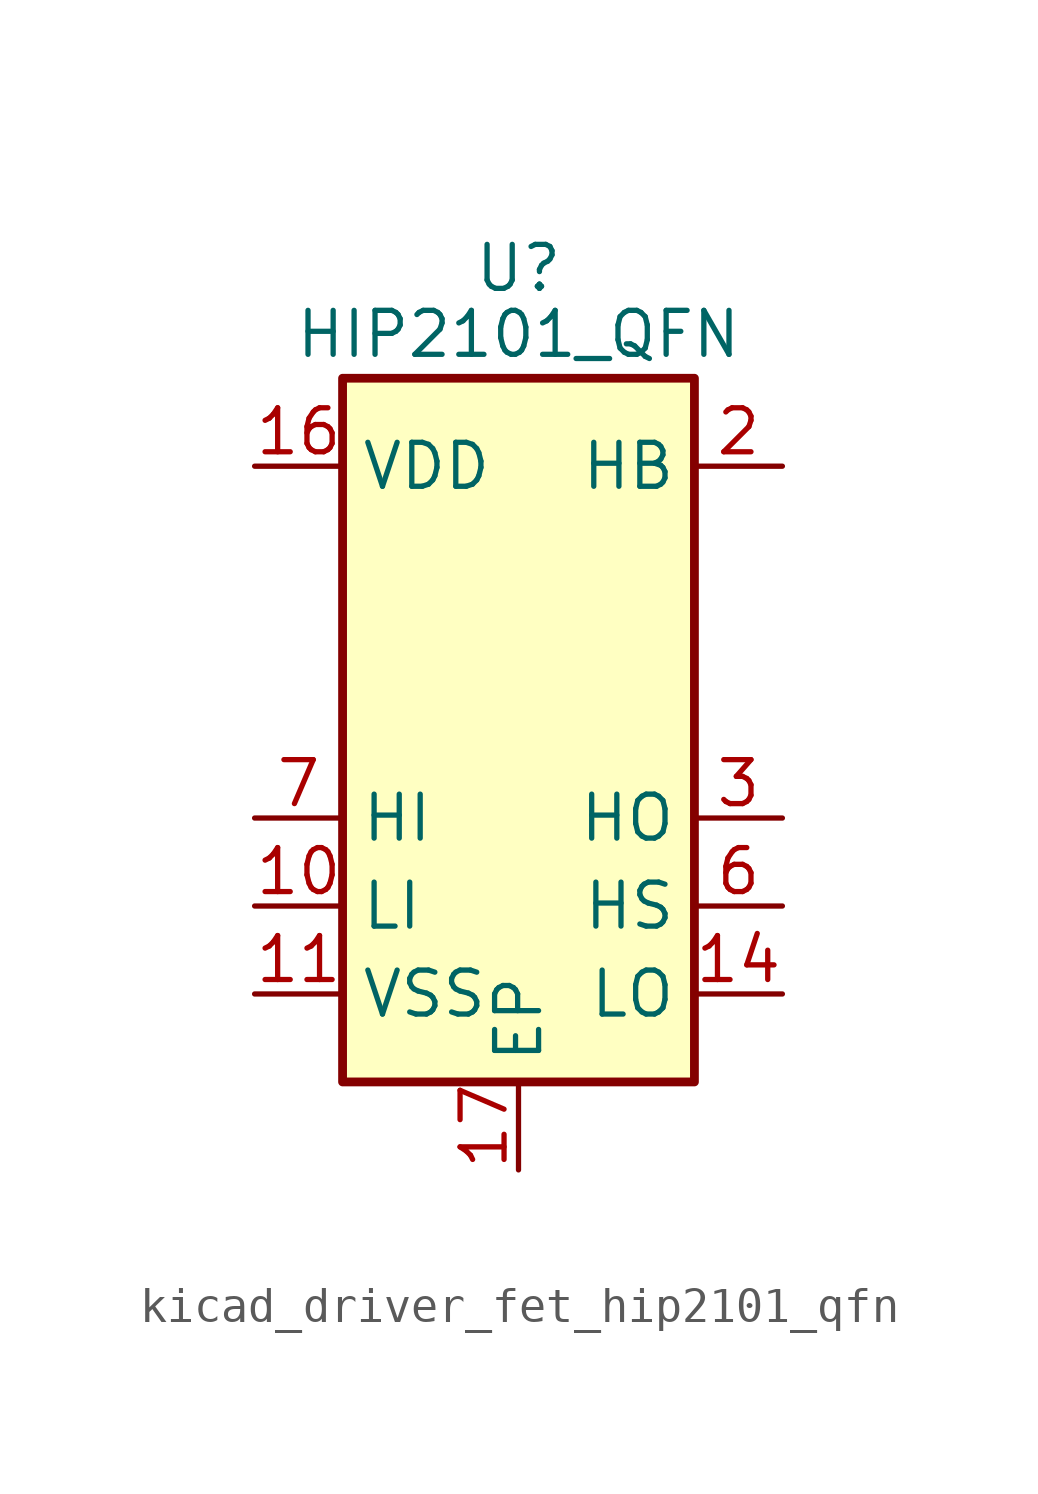
<source format=kicad_sym>
(kicad_symbol_lib
  (version 20220914)
  (generator kicad_symbol_editor)
  (symbol "kicad_driver_fet_hip2101_qfn"
    (property "Reference" "U"
      (at 0 13.335 0)
      (effects (font (size 1.27 1.27))))
    (property "Value" "HIP2101_QFN"
      (at 0 11.43 0)
      (effects (font (size 1.27 1.27))))
    (symbol "kicad_driver_fet_hip2101_qfn_0_1"
      (rectangle (start -5.08 -10.16) (end 5.08 10.16) (stroke (width 0.254) (type default)) (fill (type background))))
    (symbol "kicad_driver_fet_hip2101_qfn_1_1"
      (pin no_connect line (at -5.08 5.08 0) (length 2.54) hide (name "NC" (effects (font (size 1.27 1.27)))) (number "1" (effects (font (size 1.27 1.27)))))
      (pin input line (at -7.62 -5.08 0) (length 2.54) (name "LI" (effects (font (size 1.27 1.27)))) (number "10" (effects (font (size 1.27 1.27)))))
      (pin power_in line (at -7.62 -7.62 0) (length 2.54) (name "VSS" (effects (font (size 1.27 1.27)))) (number "11" (effects (font (size 1.27 1.27)))))
      (pin no_connect line (at 5.08 2.54 180) (length 2.54) hide (name "NC" (effects (font (size 1.27 1.27)))) (number "12" (effects (font (size 1.27 1.27)))))
      (pin no_connect line (at 5.08 0 180) (length 2.54) hide (name "NC" (effects (font (size 1.27 1.27)))) (number "13" (effects (font (size 1.27 1.27)))))
      (pin output line (at 7.62 -7.62 180) (length 2.54) (name "LO" (effects (font (size 1.27 1.27)))) (number "14" (effects (font (size 1.27 1.27)))))
      (pin no_connect line (at 5.08 -10.16 180) (length 2.54) hide (name "NC" (effects (font (size 1.27 1.27)))) (number "15" (effects (font (size 1.27 1.27)))))
      (pin power_in line (at -7.62 7.62 0) (length 2.54) (name "VDD" (effects (font (size 1.27 1.27)))) (number "16" (effects (font (size 1.27 1.27)))))
      (pin output line (at 0 -12.7 90) (length 2.54) (name "EP" (effects (font (size 1.27 1.27)))) (number "17" (effects (font (size 1.27 1.27)))))
      (pin passive line (at 7.62 7.62 180) (length 2.54) (name "HB" (effects (font (size 1.27 1.27)))) (number "2" (effects (font (size 1.27 1.27)))))
      (pin output line (at 7.62 -2.54 180) (length 2.54) (name "HO" (effects (font (size 1.27 1.27)))) (number "3" (effects (font (size 1.27 1.27)))))
      (pin no_connect line (at -5.08 2.54 0) (length 2.54) hide (name "NC" (effects (font (size 1.27 1.27)))) (number "4" (effects (font (size 1.27 1.27)))))
      (pin no_connect line (at -5.08 0 0) (length 2.54) hide (name "NC" (effects (font (size 1.27 1.27)))) (number "5" (effects (font (size 1.27 1.27)))))
      (pin passive line (at 7.62 -5.08 180) (length 2.54) (name "HS" (effects (font (size 1.27 1.27)))) (number "6" (effects (font (size 1.27 1.27)))))
      (pin input line (at -7.62 -2.54 0) (length 2.54) (name "HI" (effects (font (size 1.27 1.27)))) (number "7" (effects (font (size 1.27 1.27)))))
      (pin no_connect line (at -5.08 -10.16 0) (length 2.54) hide (name "NC" (effects (font (size 1.27 1.27)))) (number "8" (effects (font (size 1.27 1.27)))))
      (pin no_connect line (at 5.08 5.08 180) (length 2.54) hide (name "NC" (effects (font (size 1.27 1.27)))) (number "9" (effects (font (size 1.27 1.27))))))))
</source>
